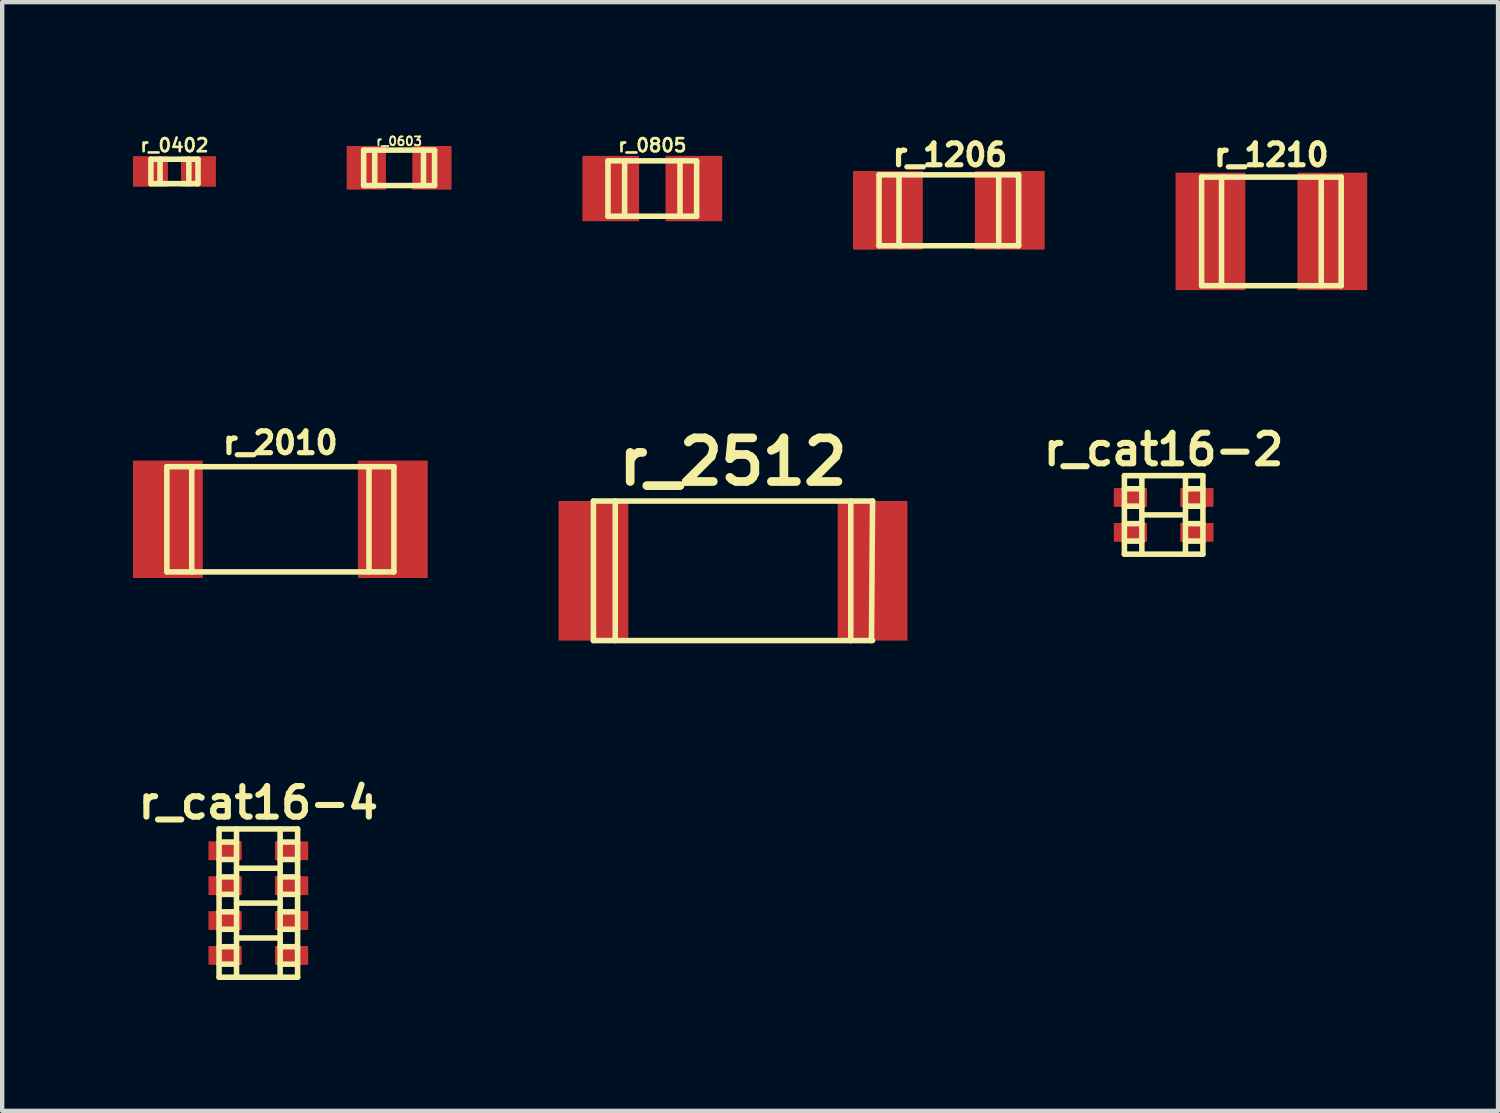
<source format=kicad_pcb>
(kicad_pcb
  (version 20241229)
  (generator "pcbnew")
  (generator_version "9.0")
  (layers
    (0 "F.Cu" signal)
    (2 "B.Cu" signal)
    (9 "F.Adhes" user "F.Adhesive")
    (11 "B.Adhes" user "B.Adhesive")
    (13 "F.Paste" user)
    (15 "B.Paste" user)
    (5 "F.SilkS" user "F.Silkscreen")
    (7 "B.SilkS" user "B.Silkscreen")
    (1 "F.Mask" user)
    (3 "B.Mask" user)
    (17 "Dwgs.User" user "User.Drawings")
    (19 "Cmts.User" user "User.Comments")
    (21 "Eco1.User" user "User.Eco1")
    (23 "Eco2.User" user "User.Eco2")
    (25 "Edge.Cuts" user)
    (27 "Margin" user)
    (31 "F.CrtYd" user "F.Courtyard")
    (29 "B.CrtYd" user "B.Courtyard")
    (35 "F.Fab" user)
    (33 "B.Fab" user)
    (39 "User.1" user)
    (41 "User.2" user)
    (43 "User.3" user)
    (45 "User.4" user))
  (footprint "r_0805"
    (layer "F.Cu")
    (at 11.906 1.273)
    (property "Reference" "r_0805" (at 0 -0.991 0) (layer "F.SilkS") (effects (font (size 0.3 0.3) (thickness 0.061))))
    (attr smd)
    (fp_line (start -1.016 -0.635) (end 1.016 -0.635) (stroke (width 0.127) (type solid)) (layer "F.SilkS"))
    (fp_line (start -1.016 0.635) (end -1.016 -0.635) (stroke (width 0.127) (type solid)) (layer "F.SilkS"))
    (fp_line (start -0.635 -0.635) (end -0.635 0.61) (stroke (width 0.127) (type solid)) (layer "F.SilkS"))
    (fp_line (start 0.635 -0.635) (end 0.635 0.635) (stroke (width 0.127) (type solid)) (layer "F.SilkS"))
    (fp_line (start 1.016 -0.635) (end 1.016 0.635) (stroke (width 0.127) (type solid)) (layer "F.SilkS"))
    (fp_line (start 1.016 0.635) (end -1.016 0.635) (stroke (width 0.127) (type solid)) (layer "F.SilkS"))
    (pad "1" smd rect (at 0.953 0) (size 1.3 1.499) (layers "F.Cu" "F.Mask" "F.Paste"))
    (pad "2" smd rect (at -0.953 0) (size 1.3 1.499) (layers "F.Cu" "F.Mask" "F.Paste")))
  (footprint "r_0603"
    (layer "F.Cu")
    (at 6.101 0.798)
    (property "Reference" "r_0603" (at 0 -0.61 0) (layer "F.SilkS") (effects (font (size 0.201 0.201) (thickness 0.041))))
    (attr smd)
    (fp_line (start -0.813 -0.406) (end 0.813 -0.406) (stroke (width 0.127) (type solid)) (layer "F.SilkS"))
    (fp_line (start -0.813 0.406) (end -0.813 -0.406) (stroke (width 0.127) (type solid)) (layer "F.SilkS"))
    (fp_line (start -0.559 -0.381) (end -0.559 0.406) (stroke (width 0.127) (type solid)) (layer "F.SilkS"))
    (fp_line (start 0.559 0.406) (end 0.559 -0.406) (stroke (width 0.127) (type solid)) (layer "F.SilkS"))
    (fp_line (start 0.813 -0.406) (end 0.813 0.406) (stroke (width 0.127) (type solid)) (layer "F.SilkS"))
    (fp_line (start 0.813 0.406) (end -0.813 0.406) (stroke (width 0.127) (type solid)) (layer "F.SilkS"))
    (pad "1" smd rect (at 0.752 0) (size 0.899 1.001) (layers "F.Cu" "F.Mask" "F.Paste"))
    (pad "2" smd rect (at -0.752 0) (size 0.899 1.001) (layers "F.Cu" "F.Mask" "F.Paste")))
  (footprint "r_1210"
    (layer "F.Cu")
    (at 26.1 2.255)
    (property "Reference" "r_1210" (at 0 -1.753 0) (layer "F.SilkS") (effects (font (size 0.5 0.5) (thickness 0.119))))
    (attr smd)
    (fp_line (start -1.6 -1.245) (end -1.6 1.245) (stroke (width 0.127) (type solid)) (layer "F.SilkS"))
    (fp_line (start -1.6 1.245) (end 1.6 1.245) (stroke (width 0.127) (type solid)) (layer "F.SilkS"))
    (fp_line (start -1.143 1.245) (end -1.143 -1.245) (stroke (width 0.127) (type solid)) (layer "F.SilkS"))
    (fp_line (start 1.143 -1.245) (end 1.143 1.245) (stroke (width 0.127) (type solid)) (layer "F.SilkS"))
    (fp_line (start 1.6 -1.245) (end -1.6 -1.245) (stroke (width 0.127) (type solid)) (layer "F.SilkS"))
    (fp_line (start 1.6 1.245) (end 1.6 -1.245) (stroke (width 0.127) (type solid)) (layer "F.SilkS"))
    (pad "1" smd rect (at 1.397 0) (size 1.6 2.692) (layers "F.Cu" "F.Mask" "F.Paste"))
    (pad "2" smd rect (at -1.397 0) (size 1.6 2.692) (layers "F.Cu" "F.Mask" "F.Paste")))
  (footprint "r_2512"
    (layer "F.Cu")
    (at 13.756 10.037)
    (property "Reference" "r_2512" (at 0 -2.5 0) (layer "F.SilkS") (effects (font (size 1 1) (thickness 0.2))))
    (attr smd)
    (fp_line (start -3.2 -1.6) (end -3.2 1.6) (stroke (width 0.127) (type solid)) (layer "F.SilkS"))
    (fp_line (start -3.2 1.6) (end 3.2 1.6) (stroke (width 0.127) (type solid)) (layer "F.SilkS"))
    (fp_line (start -2.7 -1.6) (end -2.7 1.6) (stroke (width 0.127) (type solid)) (layer "F.SilkS"))
    (fp_line (start 2.7 -1.6) (end 2.7 1.6) (stroke (width 0.127) (type solid)) (layer "F.SilkS"))
    (fp_line (start 3.175 1.6) (end 3.2 -1.6) (stroke (width 0.127) (type solid)) (layer "F.SilkS"))
    (fp_line (start 3.2 -1.6) (end -3.2 -1.6) (stroke (width 0.127) (type solid)) (layer "F.SilkS"))
    (pad "1" smd rect (at 3.2 0) (size 1.6 3.2) (layers "F.Cu" "F.Mask" "F.Paste"))
    (pad "2" smd rect (at -3.2 0) (size 1.6 3.2) (layers "F.Cu" "F.Mask" "F.Paste")))
  (footprint "r_cat16-4"
    (layer "F.Cu")
    (at 2.873 17.656)
    (property "Reference" "r_cat16-4" (at 0 -2.3 0) (layer "F.SilkS") (effects (font (size 0.7 0.7) (thickness 0.14))))
    (attr smd)
    (fp_line (start -0.9 -1.7) (end -0.9 1.7) (stroke (width 0.127) (type solid)) (layer "F.SilkS"))
    (fp_line (start -0.9 -1.7) (end 0.9 -1.7) (stroke (width 0.127) (type solid)) (layer "F.SilkS"))
    (fp_line (start -0.9 -1.4) (end -0.5 -1.4) (stroke (width 0.127) (type solid)) (layer "F.SilkS"))
    (fp_line (start -0.9 -1) (end -0.5 -1) (stroke (width 0.127) (type solid)) (layer "F.SilkS"))
    (fp_line (start -0.9 -0.2) (end -0.5 -0.2) (stroke (width 0.127) (type solid)) (layer "F.SilkS"))
    (fp_line (start -0.9 0.6) (end -0.5 0.6) (stroke (width 0.127) (type solid)) (layer "F.SilkS"))
    (fp_line (start -0.9 1) (end -0.5 1) (stroke (width 0.127) (type solid)) (layer "F.SilkS"))
    (fp_line (start -0.9 1.4) (end -0.5 1.4) (stroke (width 0.127) (type solid)) (layer "F.SilkS"))
    (fp_line (start -0.9 1.7) (end 0.9 1.7) (stroke (width 0.127) (type solid)) (layer "F.SilkS"))
    (fp_line (start -0.5 -0.8) (end 0.5 -0.8) (stroke (width 0.127) (type solid)) (layer "F.SilkS"))
    (fp_line (start -0.5 -0.6) (end -0.9 -0.6) (stroke (width 0.127) (type solid)) (layer "F.SilkS"))
    (fp_line (start -0.5 0) (end 0.5 0) (stroke (width 0.127) (type solid)) (layer "F.SilkS"))
    (fp_line (start -0.5 0.2) (end -0.9 0.2) (stroke (width 0.127) (type solid)) (layer "F.SilkS"))
    (fp_line (start -0.5 0.8) (end 0.5 0.8) (stroke (width 0.127) (type solid)) (layer "F.SilkS"))
    (fp_line (start -0.5 1.7) (end -0.5 -1.7) (stroke (width 0.127) (type solid)) (layer "F.SilkS"))
    (fp_line (start 0.5 -1.7) (end 0.5 1.7) (stroke (width 0.127) (type solid)) (layer "F.SilkS"))
    (fp_line (start 0.5 -1.4) (end 0.9 -1.4) (stroke (width 0.127) (type solid)) (layer "F.SilkS"))
    (fp_line (start 0.5 -1) (end 0.9 -1) (stroke (width 0.127) (type solid)) (layer "F.SilkS"))
    (fp_line (start 0.5 -0.2) (end 0.9 -0.2) (stroke (width 0.127) (type solid)) (layer "F.SilkS"))
    (fp_line (start 0.5 0.6) (end 0.9 0.6) (stroke (width 0.127) (type solid)) (layer "F.SilkS"))
    (fp_line (start 0.5 1) (end 0.9 1) (stroke (width 0.127) (type solid)) (layer "F.SilkS"))
    (fp_line (start 0.5 1.4) (end 0.9 1.4) (stroke (width 0.127) (type solid)) (layer "F.SilkS"))
    (fp_line (start 0.9 -0.6) (end 0.5 -0.6) (stroke (width 0.127) (type solid)) (layer "F.SilkS"))
    (fp_line (start 0.9 0.2) (end 0.5 0.2) (stroke (width 0.127) (type solid)) (layer "F.SilkS"))
    (fp_line (start 0.9 1.7) (end 0.9 -1.7) (stroke (width 0.127) (type solid)) (layer "F.SilkS"))
    (pad "1" smd rect (at 0.762 1.2) (size 0.762 0.43) (layers "F.Cu" "F.Mask" "F.Paste"))
    (pad "2" smd rect (at 0.762 0.4) (size 0.762 0.43) (layers "F.Cu" "F.Mask" "F.Paste"))
    (pad "3" smd rect (at 0.762 -0.4) (size 0.762 0.43) (layers "F.Cu" "F.Mask" "F.Paste"))
    (pad "4" smd rect (at 0.762 -1.2) (size 0.762 0.43) (layers "F.Cu" "F.Mask" "F.Paste"))
    (pad "5" smd rect (at -0.762 -1.2) (size 0.762 0.43) (layers "F.Cu" "F.Mask" "F.Paste"))
    (pad "6" smd rect (at -0.762 -0.4) (size 0.762 0.43) (layers "F.Cu" "F.Mask" "F.Paste"))
    (pad "7" smd rect (at -0.762 0.4) (size 0.762 0.43) (layers "F.Cu" "F.Mask" "F.Paste"))
    (pad "8" smd rect (at -0.762 1.2) (size 0.762 0.43) (layers "F.Cu" "F.Mask" "F.Paste")))
  (footprint "r_cat16-2"
    (layer "F.Cu")
    (at 23.63 8.756)
    (property "Reference" "r_cat16-2" (at 0 -1.5 0) (layer "F.SilkS") (effects (font (size 0.7 0.7) (thickness 0.14))))
    (attr smd)
    (fp_line (start -0.9 -0.9) (end -0.9 0.9) (stroke (width 0.127) (type solid)) (layer "F.SilkS"))
    (fp_line (start -0.9 -0.2) (end -0.5 -0.2) (stroke (width 0.127) (type solid)) (layer "F.SilkS"))
    (fp_line (start -0.9 0.6) (end -0.5 0.6) (stroke (width 0.127) (type solid)) (layer "F.SilkS"))
    (fp_line (start -0.9 0.9) (end 0.9 0.9) (stroke (width 0.127) (type solid)) (layer "F.SilkS"))
    (fp_line (start -0.5 -0.6) (end -0.9 -0.6) (stroke (width 0.127) (type solid)) (layer "F.SilkS"))
    (fp_line (start -0.5 0) (end 0.5 0) (stroke (width 0.127) (type solid)) (layer "F.SilkS"))
    (fp_line (start -0.5 0.2) (end -0.9 0.2) (stroke (width 0.127) (type solid)) (layer "F.SilkS"))
    (fp_line (start -0.5 0.9) (end -0.5 -0.9) (stroke (width 0.127) (type solid)) (layer "F.SilkS"))
    (fp_line (start 0.5 -0.9) (end 0.5 0.9) (stroke (width 0.127) (type solid)) (layer "F.SilkS"))
    (fp_line (start 0.5 -0.2) (end 0.9 -0.2) (stroke (width 0.127) (type solid)) (layer "F.SilkS"))
    (fp_line (start 0.5 0.6) (end 0.9 0.6) (stroke (width 0.127) (type solid)) (layer "F.SilkS"))
    (fp_line (start 0.9 -0.9) (end -0.9 -0.9) (stroke (width 0.127) (type solid)) (layer "F.SilkS"))
    (fp_line (start 0.9 -0.6) (end 0.5 -0.6) (stroke (width 0.127) (type solid)) (layer "F.SilkS"))
    (fp_line (start 0.9 0.2) (end 0.5 0.2) (stroke (width 0.127) (type solid)) (layer "F.SilkS"))
    (fp_line (start 0.9 0.9) (end 0.9 -0.9) (stroke (width 0.127) (type solid)) (layer "F.SilkS"))
    (pad "1" smd rect (at 0.762 0.4) (size 0.762 0.43) (layers "F.Cu" "F.Mask" "F.Paste"))
    (pad "2" smd rect (at 0.762 -0.4) (size 0.762 0.43) (layers "F.Cu" "F.Mask" "F.Paste"))
    (pad "3" smd rect (at -0.762 -0.4) (size 0.762 0.43) (layers "F.Cu" "F.Mask" "F.Paste"))
    (pad "4" smd rect (at -0.762 0.4) (size 0.762 0.43) (layers "F.Cu" "F.Mask" "F.Paste")))
  (footprint "r_2010"
    (layer "F.Cu")
    (at 3.378 8.856)
    (property "Reference" "r_2010" (at 0 -1.753 0) (layer "F.SilkS") (effects (font (size 0.5 0.5) (thickness 0.119))))
    (attr smd)
    (fp_line (start -2.603 -1.206) (end -2.603 1.206) (stroke (width 0.127) (type solid)) (layer "F.SilkS"))
    (fp_line (start -2.603 1.206) (end 2.603 1.206) (stroke (width 0.127) (type solid)) (layer "F.SilkS"))
    (fp_line (start -2.032 -1.206) (end -2.032 1.206) (stroke (width 0.127) (type solid)) (layer "F.SilkS"))
    (fp_line (start 2.032 1.206) (end 2.032 -1.206) (stroke (width 0.127) (type solid)) (layer "F.SilkS"))
    (fp_line (start 2.603 -1.206) (end -2.603 -1.206) (stroke (width 0.127) (type solid)) (layer "F.SilkS"))
    (fp_line (start 2.603 1.206) (end 2.603 -1.206) (stroke (width 0.127) (type solid)) (layer "F.SilkS"))
    (pad "1" smd rect (at 2.578 0) (size 1.6 2.692) (layers "F.Cu" "F.Mask" "F.Paste"))
    (pad "2" smd rect (at -2.578 0) (size 1.6 2.692) (layers "F.Cu" "F.Mask" "F.Paste")))
  (footprint "r_1206"
    (layer "F.Cu")
    (at 18.705 1.772)
    (property "Reference" "r_1206" (at 0.025 -1.27 0) (layer "F.SilkS") (effects (font (size 0.5 0.5) (thickness 0.119))))
    (attr smd)
    (fp_line (start -1.6 -0.813) (end -1.6 0.813) (stroke (width 0.127) (type solid)) (layer "F.SilkS"))
    (fp_line (start -1.6 0.813) (end 1.6 0.813) (stroke (width 0.127) (type solid)) (layer "F.SilkS"))
    (fp_line (start -1.143 -0.813) (end -1.143 0.813) (stroke (width 0.127) (type solid)) (layer "F.SilkS"))
    (fp_line (start 1.143 0.813) (end 1.143 -0.813) (stroke (width 0.127) (type solid)) (layer "F.SilkS"))
    (fp_line (start 1.6 -0.813) (end -1.6 -0.813) (stroke (width 0.127) (type solid)) (layer "F.SilkS"))
    (fp_line (start 1.6 0.813) (end 1.6 -0.813) (stroke (width 0.127) (type solid)) (layer "F.SilkS"))
    (pad "1" smd rect (at 1.397 0) (size 1.6 1.803) (layers "F.Cu" "F.Mask" "F.Paste"))
    (pad "2" smd rect (at -1.397 0) (size 1.6 1.803) (layers "F.Cu" "F.Mask" "F.Paste")))
  (footprint "r_0402"
    (layer "F.Cu")
    (at 0.95 0.881)
    (property "Reference" "r_0402" (at 0 -0.6 0) (layer "F.SilkS") (effects (font (size 0.3 0.3) (thickness 0.06))))
    (attr smd)
    (fp_line (start -0.54 -0.28) (end -0.54 0.28) (stroke (width 0.127) (type solid)) (layer "F.SilkS"))
    (fp_line (start -0.54 0.28) (end 0.54 0.28) (stroke (width 0.127) (type solid)) (layer "F.SilkS"))
    (fp_line (start -0.33 -0.28) (end -0.33 0.28) (stroke (width 0.127) (type solid)) (layer "F.SilkS"))
    (fp_line (start 0.33 -0.28) (end 0.33 0.28) (stroke (width 0.127) (type solid)) (layer "F.SilkS"))
    (fp_line (start 0.54 -0.28) (end -0.54 -0.28) (stroke (width 0.127) (type solid)) (layer "F.SilkS"))
    (fp_line (start 0.54 0.28) (end 0.54 -0.28) (stroke (width 0.127) (type solid)) (layer "F.SilkS"))
    (pad "1" smd rect (at 0.55 0) (size 0.8 0.7) (layers "F.Cu" "F.Mask" "F.Paste"))
    (pad "2" smd rect (at -0.55 0) (size 0.8 0.7) (layers "F.Cu" "F.Mask" "F.Paste")))
  (gr_rect
    (start -3 -3)
    (end 31.297 22.419)
    (stroke (width 0.1) (type default))
    (fill no)
    (layer "Edge.Cuts")))
</source>
